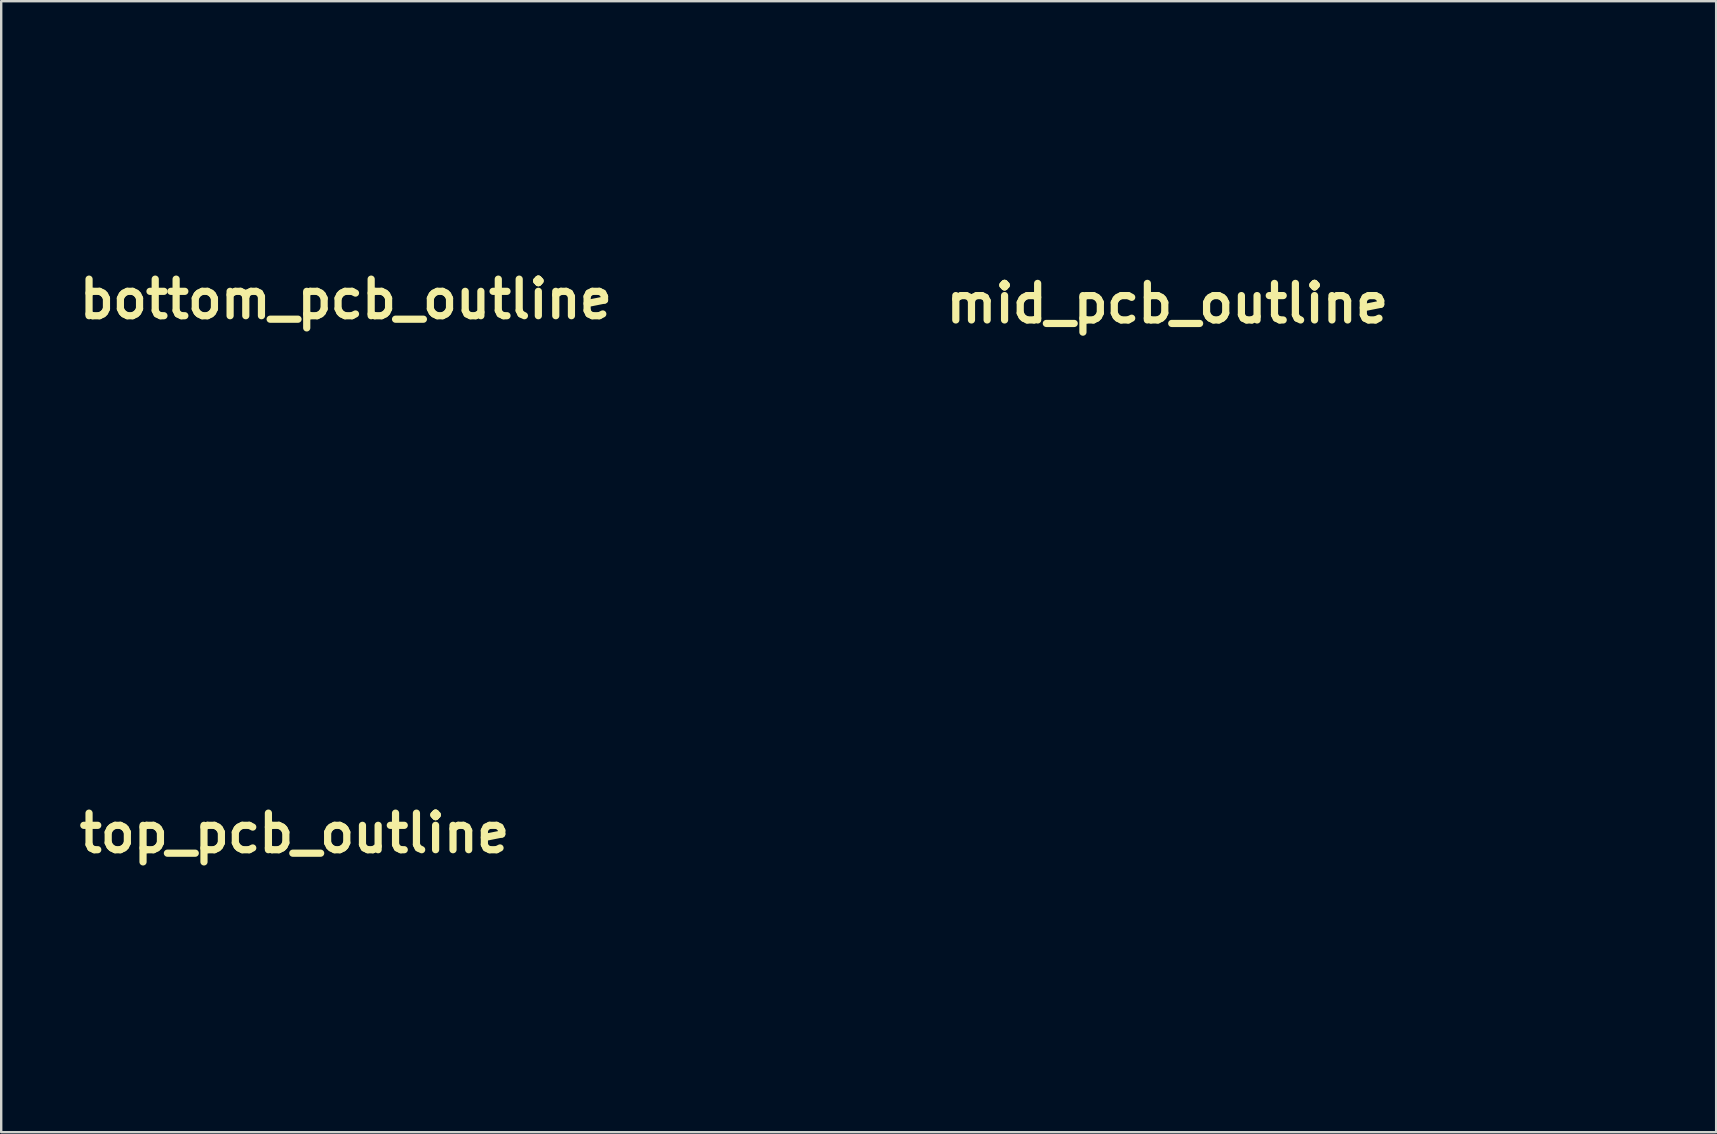
<source format=kicad_pcb>
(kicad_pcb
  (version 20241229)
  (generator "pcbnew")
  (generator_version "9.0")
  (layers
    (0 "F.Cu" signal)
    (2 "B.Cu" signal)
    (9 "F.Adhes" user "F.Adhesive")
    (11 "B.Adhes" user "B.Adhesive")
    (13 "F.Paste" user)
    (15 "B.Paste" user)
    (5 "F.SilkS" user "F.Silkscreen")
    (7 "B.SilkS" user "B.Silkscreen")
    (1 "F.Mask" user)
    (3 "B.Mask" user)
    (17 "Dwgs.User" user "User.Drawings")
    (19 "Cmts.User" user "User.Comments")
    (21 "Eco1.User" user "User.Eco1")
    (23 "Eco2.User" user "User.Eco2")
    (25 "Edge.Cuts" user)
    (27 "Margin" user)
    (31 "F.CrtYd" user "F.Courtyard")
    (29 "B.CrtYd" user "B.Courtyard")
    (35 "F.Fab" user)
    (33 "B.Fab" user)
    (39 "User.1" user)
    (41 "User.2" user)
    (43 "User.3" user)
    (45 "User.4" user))
  (footprint "mid_pcb_outline"
    (layer "F.Cu")
    (at 45.598 9.594)
    (property "Reference" "mid_pcb_outline" (at 0 0 0) (layer "F.SilkS") (effects (font (size 1.524 1.524) (thickness 0.3))))
    (attr through_hole)
    (fp_poly (pts (xy 19.122 0.498) (xy 19.487 0.501) (xy 19.853 0.504) (xy 19.858 4.055) (xy 19.864 7.606) (xy 18.862 8.609) (xy 17.86 9.611) (xy -19.864 9.611) (xy -19.864 4.554) (xy -18.301 4.554) (xy -18.295 4.62) (xy -18.281 4.703) (xy -18.269 4.766) (xy -18.241 4.89) (xy -18.208 4.992) (xy -18.164 5.091) (xy -18.11 5.191) (xy -18.059 5.277) (xy -18.015 5.349) (xy -17.981 5.399) (xy -17.968 5.414) (xy -17.939 5.438) (xy -17.886 5.482) (xy -17.818 5.538) (xy -17.784 5.566) (xy -17.656 5.661) (xy -17.522 5.733) (xy -17.434 5.769) (xy -17.344 5.802) (xy -17.271 5.823) (xy -17.201 5.836) (xy -17.118 5.842) (xy -17.008 5.844) (xy -16.981 5.845) (xy -16.867 5.844) (xy -16.782 5.841) (xy -16.712 5.831) (xy -16.644 5.813) (xy -16.562 5.785) (xy -16.518 5.768) (xy -16.348 5.692) (xy -16.217 5.608) (xy -16.2 5.594) (xy -16.132 5.538) (xy -16.069 5.49) (xy -16.032 5.463) (xy -15.998 5.429) (xy -15.95 5.366) (xy -15.895 5.283) (xy -15.849 5.208) (xy -15.789 5.101) (xy -15.748 5.016) (xy -15.72 4.935) (xy -15.697 4.843) (xy -15.682 4.764) (xy -15.664 4.659) (xy -15.655 4.581) (xy -15.654 4.513) (xy -15.661 4.439) (xy -15.676 4.343) (xy -15.681 4.316) (xy -15.703 4.205) (xy -15.727 4.117) (xy -15.76 4.033) (xy -15.809 3.939) (xy -15.842 3.879) (xy -15.907 3.77) (xy -15.967 3.686) (xy -16.032 3.614) (xy -16.115 3.539) (xy -16.137 3.521) (xy -16.231 3.446) (xy -16.315 3.39) (xy -16.407 3.344) (xy -16.523 3.297) (xy -16.538 3.292) (xy -16.642 3.254) (xy -16.719 3.23) (xy -16.785 3.217) (xy -16.856 3.213) (xy -16.947 3.214) (xy -17.003 3.216) (xy -17.22 3.237) (xy -17.411 3.285) (xy -17.587 3.366) (xy -17.761 3.483) (xy -17.814 3.525) (xy -17.91 3.608) (xy -17.982 3.683) (xy -18.043 3.762) (xy -18.106 3.863) (xy -18.114 3.877) (xy -18.171 3.98) (xy -18.21 4.066) (xy -18.238 4.154) (xy -18.262 4.261) (xy -18.271 4.308) (xy -18.289 4.413) (xy -18.299 4.49) (xy -18.301 4.554) (xy -19.864 4.554) (xy -19.864 1.816) (xy -11.183 1.816) (xy -11.183 4.527) (xy -11.183 4.986) (xy -11.182 5.404) (xy -11.181 5.779) (xy -11.18 6.113) (xy -11.179 6.404) (xy -11.177 6.652) (xy -11.174 6.858) (xy -11.172 7.02) (xy -11.169 7.138) (xy -11.165 7.213) (xy -11.162 7.244) (xy -11.161 7.245) (xy -11.137 7.246) (xy -11.071 7.246) (xy -10.964 7.247) (xy -10.818 7.247) (xy -10.636 7.248) (xy -10.418 7.248) (xy -10.167 7.248) (xy -9.884 7.248) (xy -9.572 7.249) (xy -9.232 7.249) (xy -8.866 7.249) (xy -8.476 7.249) (xy -8.063 7.249) (xy -7.63 7.249) (xy -7.179 7.248) (xy -6.71 7.248) (xy -6.226 7.248) (xy -5.73 7.247) (xy -5.265 7.247) (xy 0.609 7.242) (xy 0.612 5.997) (xy 13.787 5.997) (xy 13.797 6.094) (xy 13.848 6.209) (xy 13.927 6.296) (xy 14.025 6.35) (xy 14.135 6.37) (xy 14.25 6.351) (xy 14.349 6.301) (xy 14.432 6.219) (xy 14.481 6.12) (xy 14.497 6.013) (xy 14.49 5.973) (xy 14.751 5.973) (xy 14.756 6.083) (xy 14.796 6.188) (xy 14.869 6.28) (xy 14.97 6.35) (xy 15.045 6.368) (xy 15.138 6.368) (xy 15.23 6.35) (xy 15.298 6.318) (xy 15.386 6.229) (xy 15.439 6.126) (xy 15.458 6.017) (xy 15.458 6.016) (xy 15.714 6.016) (xy 15.721 6.073) (xy 15.768 6.195) (xy 15.841 6.287) (xy 15.935 6.347) (xy 16.042 6.372) (xy 16.157 6.358) (xy 16.271 6.304) (xy 16.275 6.301) (xy 16.362 6.216) (xy 16.412 6.108) (xy 16.421 6.013) (xy 16.679 6.013) (xy 16.695 6.12) (xy 16.746 6.22) (xy 16.832 6.305) (xy 16.857 6.322) (xy 16.931 6.36) (xy 17 6.373) (xy 17.059 6.371) (xy 17.138 6.356) (xy 17.207 6.329) (xy 17.225 6.318) (xy 17.314 6.228) (xy 17.368 6.121) (xy 17.386 6.009) (xy 17.64 6.009) (xy 17.65 6.094) (xy 17.701 6.21) (xy 17.78 6.296) (xy 17.878 6.35) (xy 17.988 6.37) (xy 18.103 6.351) (xy 18.203 6.3) (xy 18.288 6.216) (xy 18.339 6.108) (xy 18.352 5.985) (xy 18.348 5.949) (xy 18.331 5.879) (xy 18.294 5.819) (xy 18.238 5.762) (xy 18.141 5.689) (xy 18.047 5.656) (xy 17.943 5.66) (xy 17.901 5.67) (xy 17.798 5.72) (xy 17.716 5.799) (xy 17.661 5.899) (xy 17.64 6.009) (xy 17.386 6.009) (xy 17.386 6.007) (xy 17.368 5.894) (xy 17.312 5.79) (xy 17.269 5.743) (xy 17.174 5.683) (xy 17.062 5.656) (xy 16.95 5.666) (xy 16.937 5.67) (xy 16.826 5.727) (xy 16.745 5.808) (xy 16.696 5.906) (xy 16.679 6.013) (xy 16.421 6.013) (xy 16.423 5.988) (xy 16.42 5.961) (xy 16.386 5.861) (xy 16.319 5.769) (xy 16.232 5.697) (xy 16.164 5.666) (xy 16.054 5.654) (xy 15.948 5.679) (xy 15.854 5.734) (xy 15.779 5.813) (xy 15.73 5.909) (xy 15.714 6.016) (xy 15.458 6.016) (xy 15.444 5.909) (xy 15.398 5.811) (xy 15.322 5.73) (xy 15.215 5.674) (xy 15.208 5.672) (xy 15.092 5.655) (xy 14.983 5.68) (xy 14.878 5.748) (xy 14.853 5.771) (xy 14.783 5.867) (xy 14.751 5.973) (xy 14.49 5.973) (xy 14.479 5.905) (xy 14.43 5.806) (xy 14.351 5.725) (xy 14.264 5.677) (xy 14.194 5.654) (xy 14.134 5.652) (xy 14.065 5.666) (xy 13.957 5.714) (xy 13.871 5.791) (xy 13.812 5.888) (xy 13.787 5.997) (xy 0.612 5.997) (xy 0.615 4.55) (xy 6.731 4.55) (xy 6.737 4.623) (xy 6.752 4.717) (xy 6.759 4.757) (xy 6.781 4.87) (xy 6.805 4.958) (xy 6.836 5.037) (xy 6.882 5.125) (xy 6.921 5.194) (xy 7.063 5.395) (xy 7.23 5.561) (xy 7.422 5.691) (xy 7.589 5.767) (xy 7.677 5.8) (xy 7.748 5.821) (xy 7.816 5.834) (xy 7.895 5.84) (xy 7.999 5.842) (xy 8.05 5.843) (xy 8.165 5.842) (xy 8.249 5.839) (xy 8.317 5.83) (xy 8.382 5.814) (xy 8.456 5.787) (xy 8.52 5.762) (xy 8.741 5.653) (xy 8.929 5.516) (xy 9.086 5.347) (xy 9.19 5.193) (xy 9.247 5.088) (xy 9.287 5) (xy 9.316 4.91) (xy 9.34 4.8) (xy 9.347 4.761) (xy 9.362 4.677) (xy 12.467 4.677) (xy 12.488 4.8) (xy 12.547 4.905) (xy 12.643 4.986) (xy 12.687 5.01) (xy 12.748 5.022) (xy 12.83 5.02) (xy 12.917 5.006) (xy 12.99 4.983) (xy 13.015 4.968) (xy 13.099 4.892) (xy 13.146 4.809) (xy 13.164 4.706) (xy 13.164 4.674) (xy 13.145 4.546) (xy 13.091 4.443) (xy 13.008 4.369) (xy 12.899 4.328) (xy 12.788 4.323) (xy 12.664 4.352) (xy 12.568 4.415) (xy 12.502 4.508) (xy 12.47 4.627) (xy 12.467 4.677) (xy 9.362 4.677) (xy 9.366 4.654) (xy 9.377 4.575) (xy 9.379 4.511) (xy 9.373 4.445) (xy 9.359 4.363) (xy 9.355 4.34) (xy 9.326 4.199) (xy 9.299 4.09) (xy 9.276 4.018) (xy 9.258 3.986) (xy 9.241 3.963) (xy 9.208 3.911) (xy 9.165 3.841) (xy 9.153 3.82) (xy 9.025 3.646) (xy 8.862 3.495) (xy 8.668 3.371) (xy 8.491 3.293) (xy 8.382 3.255) (xy 8.298 3.23) (xy 8.221 3.217) (xy 8.135 3.212) (xy 8.055 3.211) (xy 7.949 3.213) (xy 7.865 3.22) (xy 7.785 3.237) (xy 7.692 3.266) (xy 7.623 3.29) (xy 7.456 3.359) (xy 7.329 3.432) (xy 7.295 3.457) (xy 7.221 3.517) (xy 7.148 3.577) (xy 7.108 3.609) (xy 7.064 3.655) (xy 7.008 3.729) (xy 6.949 3.818) (xy 6.915 3.875) (xy 6.857 3.982) (xy 6.817 4.071) (xy 6.789 4.162) (xy 6.765 4.271) (xy 6.759 4.302) (xy 6.742 4.406) (xy 6.732 4.483) (xy 6.731 4.55) (xy 0.615 4.55) (xy 0.615 4.529) (xy 0.62 1.816) (xy -11.183 1.816) (xy -19.864 1.816) (xy -19.864 -0.973) (xy -16.675 -0.973) (xy -16.287 -0.979) (xy -15.899 -0.985) (xy -15.897 -1.916) (xy -15.895 -2.846) (xy -16.285 -2.852) (xy -16.609 -2.857) (xy -11.161 -2.857) (xy -11.161 -0.974) (xy -10.386 -0.974) (xy -10.386 -2.857) (xy -11.161 -2.857) (xy -16.609 -2.857) (xy -16.675 -2.858) (xy -16.675 -0.973) (xy -19.864 -0.973) (xy -19.864 -4.848) (xy -19.067 -4.848) (xy -19.067 -3.922) (xy -19.066 -3.724) (xy -19.066 -3.54) (xy -19.065 -3.375) (xy -19.064 -3.233) (xy -19.062 -3.119) (xy -19.06 -3.038) (xy -19.058 -2.994) (xy -19.057 -2.988) (xy -19.033 -2.985) (xy -18.972 -2.983) (xy -18.882 -2.982) (xy -18.77 -2.982) (xy -18.675 -2.982) (xy -18.303 -2.986) (xy -18.303 -4.056) (xy -12.955 -4.056) (xy -12.955 -3.88) (xy -12.954 -3.704) (xy -12.954 -3.536) (xy -12.953 -3.38) (xy -12.951 -3.243) (xy -12.949 -3.13) (xy -12.947 -3.046) (xy -12.945 -2.998) (xy -12.943 -2.988) (xy -12.916 -2.979) (xy -12.863 -2.977) (xy -12.849 -2.978) (xy -12.796 -2.981) (xy -12.709 -2.983) (xy -12.602 -2.986) (xy -12.484 -2.987) (xy -12.473 -2.987) (xy -12.18 -2.99) (xy -12.18 -3.559) (xy -7.459 -3.559) (xy -7.459 -3.392) (xy -7.458 -3.248) (xy -7.457 -3.131) (xy -7.455 -3.047) (xy -7.453 -3.001) (xy -7.452 -2.993) (xy -7.425 -2.974) (xy -7.364 -2.975) (xy -7.358 -2.976) (xy -7.304 -2.98) (xy -7.218 -2.984) (xy -7.11 -2.987) (xy -6.991 -2.989) (xy -6.97 -2.989) (xy -6.666 -2.99) (xy -6.666 -4.847) (xy -6.76 -4.861) (xy -6.818 -4.866) (xy -6.909 -4.869) (xy -7.02 -4.87) (xy -7.14 -4.868) (xy -7.153 -4.868) (xy -7.452 -4.861) (xy -7.457 -3.942) (xy -7.458 -3.744) (xy -7.459 -3.559) (xy -12.18 -3.559) (xy -12.18 -4.845) (xy -12.236 -4.859) (xy -12.282 -4.865) (xy -12.358 -4.869) (xy -12.454 -4.871) (xy -12.562 -4.871) (xy -12.671 -4.869) (xy -12.774 -4.866) (xy -12.86 -4.861) (xy -12.92 -4.855) (xy -12.944 -4.848) (xy -12.947 -4.823) (xy -12.949 -4.758) (xy -12.951 -4.661) (xy -12.953 -4.536) (xy -12.954 -4.39) (xy -12.955 -4.228) (xy -12.955 -4.056) (xy -18.303 -4.056) (xy -18.303 -4.861) (xy -18.611 -4.868) (xy -18.731 -4.87) (xy -18.84 -4.869) (xy -18.929 -4.867) (xy -18.986 -4.863) (xy -18.993 -4.861) (xy -19.067 -4.848) (xy -19.864 -4.848) (xy -19.864 -7.928) (xy 11.072 -7.928) (xy 11.072 2.502) (xy 12.268 2.502) (xy 12.268 0.509) (xy 12.318 0.508) (xy 12.357 0.508) (xy 12.432 0.507) (xy 12.531 0.505) (xy 12.647 0.504) (xy 12.689 0.503) (xy 13.01 0.498) (xy 13.021 -9.589) (xy 19.111 -9.589) (xy 19.122 0.498)) (stroke (width 0.01) (type solid)) (fill no) (layer "Eco1.User")))
  (footprint "top_pcb_outline"
    (layer "F.Cu")
    (at 9.224 31.67)
    (property "Reference" "top_pcb_outline" (at 0 0 0) (layer "F.SilkS") (effects (font (size 1.524 1.524) (thickness 0.3))))
    (attr through_hole)
    (fp_poly (pts (xy 3.565 -0.244) (xy 3.056 -0.244) (xy 3.061 1.854) (xy 3.067 3.952) (xy 3.189 3.955) (xy 3.259 3.958) (xy 3.311 3.96) (xy 3.327 3.961) (xy 3.329 3.983) (xy 3.331 4.047) (xy 3.333 4.15) (xy 3.335 4.288) (xy 3.337 4.461) (xy 3.338 4.665) (xy 3.34 4.896) (xy 3.341 5.154) (xy 3.342 5.434) (xy 3.343 5.735) (xy 3.343 6.053) (xy 3.344 6.386) (xy 3.344 6.71) (xy 3.344 9.456) (xy 2.31 9.456) (xy 2.284 9.37) (xy 2.243 9.288) (xy 2.174 9.209) (xy 2.093 9.146) (xy 2.015 9.113) (xy 1.904 9.109) (xy 1.796 9.144) (xy 1.701 9.211) (xy 1.63 9.305) (xy 1.606 9.359) (xy 1.576 9.445) (xy 0.978 9.451) (xy 0.38 9.457) (xy 0.365 9.387) (xy 0.33 9.308) (xy 0.267 9.229) (xy 0.189 9.161) (xy 0.109 9.121) (xy 0.032 9.106) (xy -0.047 9.116) (xy -0.073 9.122) (xy -0.168 9.159) (xy -0.238 9.214) (xy -0.292 9.295) (xy -0.339 9.411) (xy -0.34 9.417) (xy -0.347 9.429) (xy -0.362 9.438) (xy -0.39 9.444) (xy -0.437 9.449) (xy -0.506 9.453) (xy -0.604 9.455) (xy -0.735 9.455) (xy -0.904 9.456) (xy -0.951 9.456) (xy -1.548 9.456) (xy -1.572 9.37) (xy -1.612 9.287) (xy -1.68 9.208) (xy -1.762 9.145) (xy -1.838 9.113) (xy -1.95 9.109) (xy -2.058 9.144) (xy -2.152 9.211) (xy -2.224 9.305) (xy -2.247 9.359) (xy -2.277 9.445) (xy -2.788 9.451) (xy -3.3 9.457) (xy -3.294 6.705) (xy -3.288 3.953) (xy -3.045 3.953) (xy -3.039 1.855) (xy -3.034 -0.244) (xy -3.543 -0.244) (xy -3.543 -9.456) (xy 3.565 -9.456) (xy 3.565 -0.244)) (stroke (width 0.01) (type solid)) (fill no) (layer "Eco1.User")))
  (footprint "bottom_pcb_outline"
    (layer "F.Cu")
    (at 11.365 9.417)
    (property "Reference" "bottom_pcb_outline" (at 0 0 0) (layer "F.SilkS") (effects (font (size 1.524 1.524) (thickness 0.3))))
    (attr through_hole)
    (fp_poly (pts (xy 3.255 9.412) (xy 1.319 9.4) (xy 1.304 9.327) (xy 1.263 9.223) (xy 1.192 9.138) (xy 1.099 9.077) (xy 0.995 9.045) (xy 0.889 9.05) (xy 0.867 9.056) (xy 0.757 9.113) (xy 0.67 9.2) (xy 0.617 9.306) (xy 0.615 9.314) (xy 0.589 9.412) (xy -0.009 9.406) (xy -0.607 9.4) (xy -0.622 9.327) (xy -0.664 9.226) (xy -0.738 9.137) (xy -0.834 9.074) (xy -0.871 9.059) (xy -0.943 9.041) (xy -1 9.041) (xy -1.066 9.058) (xy -1.067 9.059) (xy -1.178 9.117) (xy -1.263 9.207) (xy -1.312 9.317) (xy -1.338 9.412) (xy -3.255 9.412) (xy -3.255 8.924) (xy -3.255 8.764) (xy -3.254 8.643) (xy -3.252 8.555) (xy -3.248 8.495) (xy -3.242 8.457) (xy -3.233 8.436) (xy -3.222 8.426) (xy -3.217 8.423) (xy -3.086 8.37) (xy -2.994 8.302) (xy -2.938 8.216) (xy -2.914 8.106) (xy -2.912 8.058) (xy -2.918 7.965) (xy -2.94 7.898) (xy -2.958 7.869) (xy -3.021 7.802) (xy -3.095 7.746) (xy -3.167 7.713) (xy -3.203 7.706) (xy -3.255 7.706) (xy -3.255 -9.412) (xy 3.255 -9.412) (xy 3.255 9.412)) (stroke (width 0.01) (type solid)) (fill no) (layer "Eco1.User")))
  (gr_rect
    (start -3 -3)
    (end 68.467 44.132)
    (stroke (width 0.1) (type default))
    (fill no)
    (layer "Edge.Cuts")))
</source>
